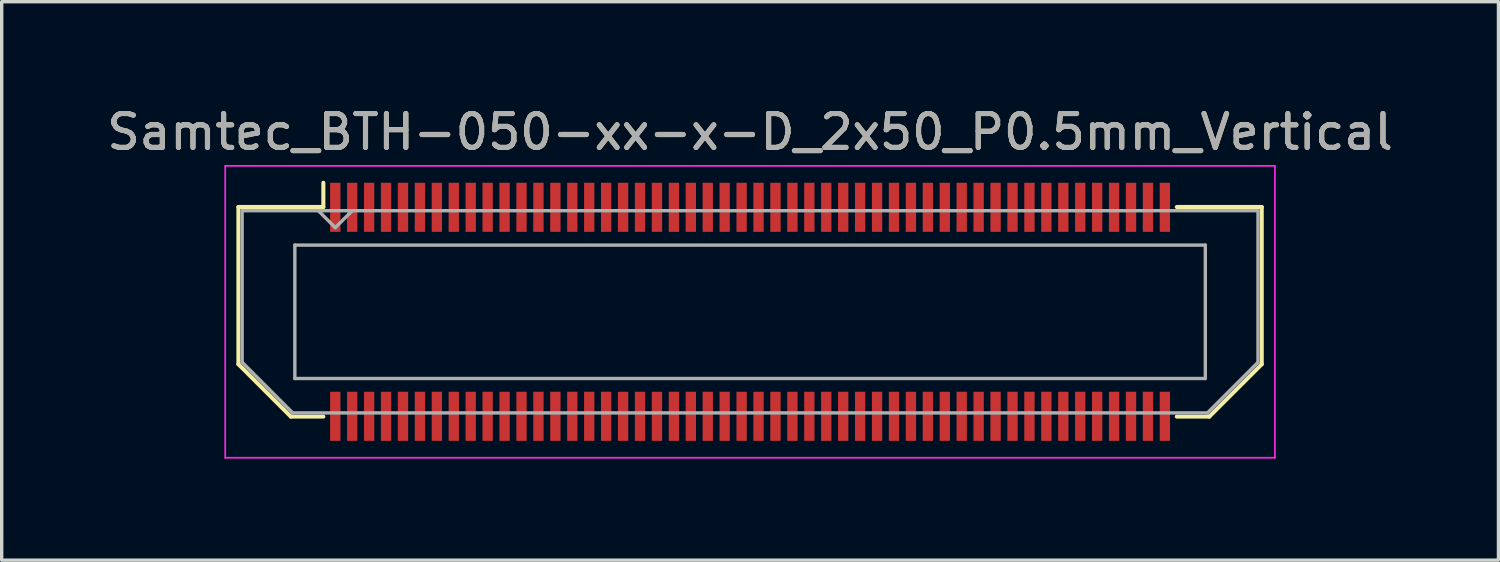
<source format=kicad_pcb>
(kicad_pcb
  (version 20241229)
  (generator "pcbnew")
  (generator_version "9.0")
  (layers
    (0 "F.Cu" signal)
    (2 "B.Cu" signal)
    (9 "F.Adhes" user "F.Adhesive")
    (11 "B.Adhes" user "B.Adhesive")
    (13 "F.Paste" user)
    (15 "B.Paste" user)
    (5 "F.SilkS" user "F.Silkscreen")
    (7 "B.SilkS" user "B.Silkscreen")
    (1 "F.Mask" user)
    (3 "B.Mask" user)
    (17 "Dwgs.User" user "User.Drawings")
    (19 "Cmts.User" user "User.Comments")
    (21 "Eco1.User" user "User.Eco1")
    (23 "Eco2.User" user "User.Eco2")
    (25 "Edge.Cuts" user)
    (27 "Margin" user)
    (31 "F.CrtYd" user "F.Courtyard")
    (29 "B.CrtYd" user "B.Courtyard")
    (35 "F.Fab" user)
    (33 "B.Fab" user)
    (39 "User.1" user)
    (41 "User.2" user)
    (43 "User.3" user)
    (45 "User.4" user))
  (footprint "Samtec_BTH-050-xx-x-D_2x50_P0.5mm_Vertical"
    (layer "F.Cu")
    (at 19.101 6.158)
    (property "Reference" "Samtec_BTH-050-xx-x-D_2x50_P0.5mm_Vertical" (at 0 -5.31 0) (layer "F.SilkS") (effects (font (size 1 1) (thickness 0.15))))
    (attr smd)
    (fp_line (start -15.11 -3.095) (end -15.11 1.548) (stroke (width 0.12) (type solid)) (layer "F.SilkS"))
    (fp_line (start -15.11 1.548) (end -13.562 3.095) (stroke (width 0.12) (type solid)) (layer "F.SilkS"))
    (fp_line (start -13.562 3.095) (end -12.602 3.095) (stroke (width 0.12) (type solid)) (layer "F.SilkS"))
    (fp_line (start -12.602 -3.811) (end -12.602 -3.095) (stroke (width 0.12) (type solid)) (layer "F.SilkS"))
    (fp_line (start -12.602 -3.095) (end -15.11 -3.095) (stroke (width 0.12) (type solid)) (layer "F.SilkS"))
    (fp_line (start 12.602 -3.095) (end 15.11 -3.095) (stroke (width 0.12) (type solid)) (layer "F.SilkS"))
    (fp_line (start 13.562 3.095) (end 12.602 3.095) (stroke (width 0.12) (type solid)) (layer "F.SilkS"))
    (fp_line (start 15.11 -3.095) (end 15.11 1.548) (stroke (width 0.12) (type solid)) (layer "F.SilkS"))
    (fp_line (start 15.11 1.548) (end 13.562 3.095) (stroke (width 0.12) (type solid)) (layer "F.SilkS"))
    (fp_line (start -15.5 -4.31) (end -15.5 4.31) (stroke (width 0.05) (type solid)) (layer "F.CrtYd"))
    (fp_line (start -15.5 4.31) (end 15.5 4.31) (stroke (width 0.05) (type solid)) (layer "F.CrtYd"))
    (fp_line (start 15.5 -4.31) (end -15.5 -4.31) (stroke (width 0.05) (type solid)) (layer "F.CrtYd"))
    (fp_line (start 15.5 4.31) (end 15.5 -4.31) (stroke (width 0.05) (type solid)) (layer "F.CrtYd"))
    (fp_line (start -15 -2.985) (end -15 1.492) (stroke (width 0.1) (type solid)) (layer "F.Fab"))
    (fp_line (start -15 -2.985) (end 15 -2.985) (stroke (width 0.1) (type solid)) (layer "F.Fab"))
    (fp_line (start -15 1.492) (end -13.508 2.985) (stroke (width 0.1) (type solid)) (layer "F.Fab"))
    (fp_line (start -13.508 2.985) (end 13.508 2.985) (stroke (width 0.1) (type solid)) (layer "F.Fab"))
    (fp_line (start -13.444 -1.97) (end -13.444 1.97) (stroke (width 0.1) (type solid)) (layer "F.Fab"))
    (fp_line (start -13.444 1.97) (end 13.444 1.97) (stroke (width 0.1) (type solid)) (layer "F.Fab"))
    (fp_line (start -12.25 -2.485) (end -12.75 -2.985) (stroke (width 0.1) (type solid)) (layer "F.Fab"))
    (fp_line (start -11.75 -2.985) (end -12.25 -2.485) (stroke (width 0.1) (type solid)) (layer "F.Fab"))
    (fp_line (start 13.444 -1.97) (end -13.444 -1.97) (stroke (width 0.1) (type solid)) (layer "F.Fab"))
    (fp_line (start 13.444 1.97) (end 13.444 -1.97) (stroke (width 0.1) (type solid)) (layer "F.Fab"))
    (fp_line (start 15 -2.985) (end 15 1.492) (stroke (width 0.1) (type solid)) (layer "F.Fab"))
    (fp_line (start 15 1.492) (end 13.508 2.985) (stroke (width 0.1) (type solid)) (layer "F.Fab"))
    (fp_text user "${REFERENCE}" (at 0 -5.31 0) (layer "F.Fab") (effects (font (size 1 1) (thickness 0.15))))
    (pad "1" smd rect (at -12.25 -3.086) (size 0.305 1.45) (layers "F.Cu" "F.Mask" "F.Paste"))
    (pad "2" smd rect (at -12.25 3.086) (size 0.305 1.45) (layers "F.Cu" "F.Mask" "F.Paste"))
    (pad "3" smd rect (at -11.75 -3.086) (size 0.305 1.45) (layers "F.Cu" "F.Mask" "F.Paste"))
    (pad "4" smd rect (at -11.75 3.086) (size 0.305 1.45) (layers "F.Cu" "F.Mask" "F.Paste"))
    (pad "5" smd rect (at -11.25 -3.086) (size 0.305 1.45) (layers "F.Cu" "F.Mask" "F.Paste"))
    (pad "6" smd rect (at -11.25 3.086) (size 0.305 1.45) (layers "F.Cu" "F.Mask" "F.Paste"))
    (pad "7" smd rect (at -10.75 -3.086) (size 0.305 1.45) (layers "F.Cu" "F.Mask" "F.Paste"))
    (pad "8" smd rect (at -10.75 3.086) (size 0.305 1.45) (layers "F.Cu" "F.Mask" "F.Paste"))
    (pad "9" smd rect (at -10.25 -3.086) (size 0.305 1.45) (layers "F.Cu" "F.Mask" "F.Paste"))
    (pad "10" smd rect (at -10.25 3.086) (size 0.305 1.45) (layers "F.Cu" "F.Mask" "F.Paste"))
    (pad "11" smd rect (at -9.75 -3.086) (size 0.305 1.45) (layers "F.Cu" "F.Mask" "F.Paste"))
    (pad "12" smd rect (at -9.75 3.086) (size 0.305 1.45) (layers "F.Cu" "F.Mask" "F.Paste"))
    (pad "13" smd rect (at -9.25 -3.086) (size 0.305 1.45) (layers "F.Cu" "F.Mask" "F.Paste"))
    (pad "14" smd rect (at -9.25 3.086) (size 0.305 1.45) (layers "F.Cu" "F.Mask" "F.Paste"))
    (pad "15" smd rect (at -8.75 -3.086) (size 0.305 1.45) (layers "F.Cu" "F.Mask" "F.Paste"))
    (pad "16" smd rect (at -8.75 3.086) (size 0.305 1.45) (layers "F.Cu" "F.Mask" "F.Paste"))
    (pad "17" smd rect (at -8.25 -3.086) (size 0.305 1.45) (layers "F.Cu" "F.Mask" "F.Paste"))
    (pad "18" smd rect (at -8.25 3.086) (size 0.305 1.45) (layers "F.Cu" "F.Mask" "F.Paste"))
    (pad "19" smd rect (at -7.75 -3.086) (size 0.305 1.45) (layers "F.Cu" "F.Mask" "F.Paste"))
    (pad "20" smd rect (at -7.75 3.086) (size 0.305 1.45) (layers "F.Cu" "F.Mask" "F.Paste"))
    (pad "21" smd rect (at -7.25 -3.086) (size 0.305 1.45) (layers "F.Cu" "F.Mask" "F.Paste"))
    (pad "22" smd rect (at -7.25 3.086) (size 0.305 1.45) (layers "F.Cu" "F.Mask" "F.Paste"))
    (pad "23" smd rect (at -6.75 -3.086) (size 0.305 1.45) (layers "F.Cu" "F.Mask" "F.Paste"))
    (pad "24" smd rect (at -6.75 3.086) (size 0.305 1.45) (layers "F.Cu" "F.Mask" "F.Paste"))
    (pad "25" smd rect (at -6.25 -3.086) (size 0.305 1.45) (layers "F.Cu" "F.Mask" "F.Paste"))
    (pad "26" smd rect (at -6.25 3.086) (size 0.305 1.45) (layers "F.Cu" "F.Mask" "F.Paste"))
    (pad "27" smd rect (at -5.75 -3.086) (size 0.305 1.45) (layers "F.Cu" "F.Mask" "F.Paste"))
    (pad "28" smd rect (at -5.75 3.086) (size 0.305 1.45) (layers "F.Cu" "F.Mask" "F.Paste"))
    (pad "29" smd rect (at -5.25 -3.086) (size 0.305 1.45) (layers "F.Cu" "F.Mask" "F.Paste"))
    (pad "30" smd rect (at -5.25 3.086) (size 0.305 1.45) (layers "F.Cu" "F.Mask" "F.Paste"))
    (pad "31" smd rect (at -4.75 -3.086) (size 0.305 1.45) (layers "F.Cu" "F.Mask" "F.Paste"))
    (pad "32" smd rect (at -4.75 3.086) (size 0.305 1.45) (layers "F.Cu" "F.Mask" "F.Paste"))
    (pad "33" smd rect (at -4.25 -3.086) (size 0.305 1.45) (layers "F.Cu" "F.Mask" "F.Paste"))
    (pad "34" smd rect (at -4.25 3.086) (size 0.305 1.45) (layers "F.Cu" "F.Mask" "F.Paste"))
    (pad "35" smd rect (at -3.75 -3.086) (size 0.305 1.45) (layers "F.Cu" "F.Mask" "F.Paste"))
    (pad "36" smd rect (at -3.75 3.086) (size 0.305 1.45) (layers "F.Cu" "F.Mask" "F.Paste"))
    (pad "37" smd rect (at -3.25 -3.086) (size 0.305 1.45) (layers "F.Cu" "F.Mask" "F.Paste"))
    (pad "38" smd rect (at -3.25 3.086) (size 0.305 1.45) (layers "F.Cu" "F.Mask" "F.Paste"))
    (pad "39" smd rect (at -2.75 -3.086) (size 0.305 1.45) (layers "F.Cu" "F.Mask" "F.Paste"))
    (pad "40" smd rect (at -2.75 3.086) (size 0.305 1.45) (layers "F.Cu" "F.Mask" "F.Paste"))
    (pad "41" smd rect (at -2.25 -3.086) (size 0.305 1.45) (layers "F.Cu" "F.Mask" "F.Paste"))
    (pad "42" smd rect (at -2.25 3.086) (size 0.305 1.45) (layers "F.Cu" "F.Mask" "F.Paste"))
    (pad "43" smd rect (at -1.75 -3.086) (size 0.305 1.45) (layers "F.Cu" "F.Mask" "F.Paste"))
    (pad "44" smd rect (at -1.75 3.086) (size 0.305 1.45) (layers "F.Cu" "F.Mask" "F.Paste"))
    (pad "45" smd rect (at -1.25 -3.086) (size 0.305 1.45) (layers "F.Cu" "F.Mask" "F.Paste"))
    (pad "46" smd rect (at -1.25 3.086) (size 0.305 1.45) (layers "F.Cu" "F.Mask" "F.Paste"))
    (pad "47" smd rect (at -0.75 -3.086) (size 0.305 1.45) (layers "F.Cu" "F.Mask" "F.Paste"))
    (pad "48" smd rect (at -0.75 3.086) (size 0.305 1.45) (layers "F.Cu" "F.Mask" "F.Paste"))
    (pad "49" smd rect (at -0.25 -3.086) (size 0.305 1.45) (layers "F.Cu" "F.Mask" "F.Paste"))
    (pad "50" smd rect (at -0.25 3.086) (size 0.305 1.45) (layers "F.Cu" "F.Mask" "F.Paste"))
    (pad "51" smd rect (at 0.25 -3.086) (size 0.305 1.45) (layers "F.Cu" "F.Mask" "F.Paste"))
    (pad "52" smd rect (at 0.25 3.086) (size 0.305 1.45) (layers "F.Cu" "F.Mask" "F.Paste"))
    (pad "53" smd rect (at 0.75 -3.086) (size 0.305 1.45) (layers "F.Cu" "F.Mask" "F.Paste"))
    (pad "54" smd rect (at 0.75 3.086) (size 0.305 1.45) (layers "F.Cu" "F.Mask" "F.Paste"))
    (pad "55" smd rect (at 1.25 -3.086) (size 0.305 1.45) (layers "F.Cu" "F.Mask" "F.Paste"))
    (pad "56" smd rect (at 1.25 3.086) (size 0.305 1.45) (layers "F.Cu" "F.Mask" "F.Paste"))
    (pad "57" smd rect (at 1.75 -3.086) (size 0.305 1.45) (layers "F.Cu" "F.Mask" "F.Paste"))
    (pad "58" smd rect (at 1.75 3.086) (size 0.305 1.45) (layers "F.Cu" "F.Mask" "F.Paste"))
    (pad "59" smd rect (at 2.25 -3.086) (size 0.305 1.45) (layers "F.Cu" "F.Mask" "F.Paste"))
    (pad "60" smd rect (at 2.25 3.086) (size 0.305 1.45) (layers "F.Cu" "F.Mask" "F.Paste"))
    (pad "61" smd rect (at 2.75 -3.086) (size 0.305 1.45) (layers "F.Cu" "F.Mask" "F.Paste"))
    (pad "62" smd rect (at 2.75 3.086) (size 0.305 1.45) (layers "F.Cu" "F.Mask" "F.Paste"))
    (pad "63" smd rect (at 3.25 -3.086) (size 0.305 1.45) (layers "F.Cu" "F.Mask" "F.Paste"))
    (pad "64" smd rect (at 3.25 3.086) (size 0.305 1.45) (layers "F.Cu" "F.Mask" "F.Paste"))
    (pad "65" smd rect (at 3.75 -3.086) (size 0.305 1.45) (layers "F.Cu" "F.Mask" "F.Paste"))
    (pad "66" smd rect (at 3.75 3.086) (size 0.305 1.45) (layers "F.Cu" "F.Mask" "F.Paste"))
    (pad "67" smd rect (at 4.25 -3.086) (size 0.305 1.45) (layers "F.Cu" "F.Mask" "F.Paste"))
    (pad "68" smd rect (at 4.25 3.086) (size 0.305 1.45) (layers "F.Cu" "F.Mask" "F.Paste"))
    (pad "69" smd rect (at 4.75 -3.086) (size 0.305 1.45) (layers "F.Cu" "F.Mask" "F.Paste"))
    (pad "70" smd rect (at 4.75 3.086) (size 0.305 1.45) (layers "F.Cu" "F.Mask" "F.Paste"))
    (pad "71" smd rect (at 5.25 -3.086) (size 0.305 1.45) (layers "F.Cu" "F.Mask" "F.Paste"))
    (pad "72" smd rect (at 5.25 3.086) (size 0.305 1.45) (layers "F.Cu" "F.Mask" "F.Paste"))
    (pad "73" smd rect (at 5.75 -3.086) (size 0.305 1.45) (layers "F.Cu" "F.Mask" "F.Paste"))
    (pad "74" smd rect (at 5.75 3.086) (size 0.305 1.45) (layers "F.Cu" "F.Mask" "F.Paste"))
    (pad "75" smd rect (at 6.25 -3.086) (size 0.305 1.45) (layers "F.Cu" "F.Mask" "F.Paste"))
    (pad "76" smd rect (at 6.25 3.086) (size 0.305 1.45) (layers "F.Cu" "F.Mask" "F.Paste"))
    (pad "77" smd rect (at 6.75 -3.086) (size 0.305 1.45) (layers "F.Cu" "F.Mask" "F.Paste"))
    (pad "78" smd rect (at 6.75 3.086) (size 0.305 1.45) (layers "F.Cu" "F.Mask" "F.Paste"))
    (pad "79" smd rect (at 7.25 -3.086) (size 0.305 1.45) (layers "F.Cu" "F.Mask" "F.Paste"))
    (pad "80" smd rect (at 7.25 3.086) (size 0.305 1.45) (layers "F.Cu" "F.Mask" "F.Paste"))
    (pad "81" smd rect (at 7.75 -3.086) (size 0.305 1.45) (layers "F.Cu" "F.Mask" "F.Paste"))
    (pad "82" smd rect (at 7.75 3.086) (size 0.305 1.45) (layers "F.Cu" "F.Mask" "F.Paste"))
    (pad "83" smd rect (at 8.25 -3.086) (size 0.305 1.45) (layers "F.Cu" "F.Mask" "F.Paste"))
    (pad "84" smd rect (at 8.25 3.086) (size 0.305 1.45) (layers "F.Cu" "F.Mask" "F.Paste"))
    (pad "85" smd rect (at 8.75 -3.086) (size 0.305 1.45) (layers "F.Cu" "F.Mask" "F.Paste"))
    (pad "86" smd rect (at 8.75 3.086) (size 0.305 1.45) (layers "F.Cu" "F.Mask" "F.Paste"))
    (pad "87" smd rect (at 9.25 -3.086) (size 0.305 1.45) (layers "F.Cu" "F.Mask" "F.Paste"))
    (pad "88" smd rect (at 9.25 3.086) (size 0.305 1.45) (layers "F.Cu" "F.Mask" "F.Paste"))
    (pad "89" smd rect (at 9.75 -3.086) (size 0.305 1.45) (layers "F.Cu" "F.Mask" "F.Paste"))
    (pad "90" smd rect (at 9.75 3.086) (size 0.305 1.45) (layers "F.Cu" "F.Mask" "F.Paste"))
    (pad "91" smd rect (at 10.25 -3.086) (size 0.305 1.45) (layers "F.Cu" "F.Mask" "F.Paste"))
    (pad "92" smd rect (at 10.25 3.086) (size 0.305 1.45) (layers "F.Cu" "F.Mask" "F.Paste"))
    (pad "93" smd rect (at 10.75 -3.086) (size 0.305 1.45) (layers "F.Cu" "F.Mask" "F.Paste"))
    (pad "94" smd rect (at 10.75 3.086) (size 0.305 1.45) (layers "F.Cu" "F.Mask" "F.Paste"))
    (pad "95" smd rect (at 11.25 -3.086) (size 0.305 1.45) (layers "F.Cu" "F.Mask" "F.Paste"))
    (pad "96" smd rect (at 11.25 3.086) (size 0.305 1.45) (layers "F.Cu" "F.Mask" "F.Paste"))
    (pad "97" smd rect (at 11.75 -3.086) (size 0.305 1.45) (layers "F.Cu" "F.Mask" "F.Paste"))
    (pad "98" smd rect (at 11.75 3.086) (size 0.305 1.45) (layers "F.Cu" "F.Mask" "F.Paste"))
    (pad "99" smd rect (at 12.25 -3.086) (size 0.305 1.45) (layers "F.Cu" "F.Mask" "F.Paste"))
    (pad "100" smd rect (at 12.25 3.086) (size 0.305 1.45) (layers "F.Cu" "F.Mask" "F.Paste")))
  (gr_rect
    (start -3 -3)
    (end 41.202 13.493)
    (stroke (width 0.1) (type default))
    (fill no)
    (layer "Edge.Cuts")))
</source>
